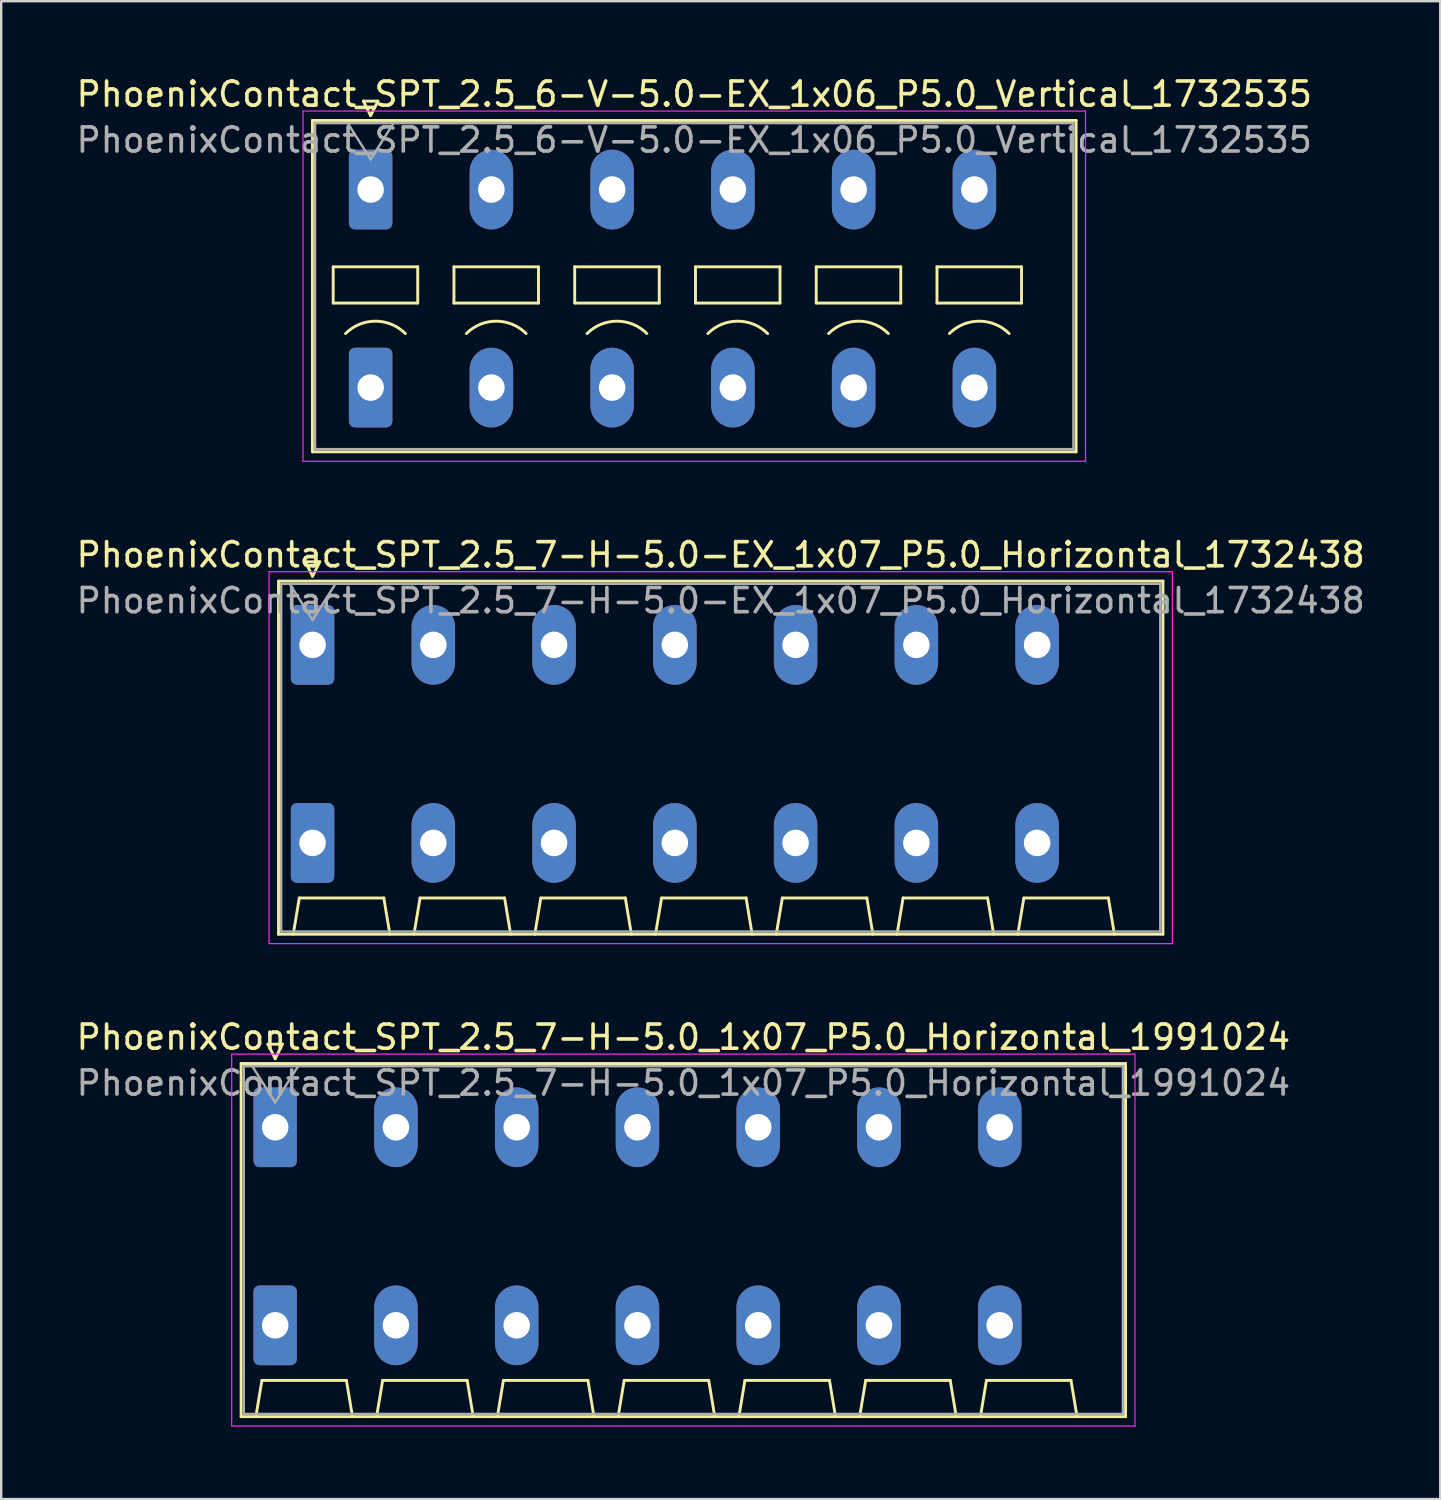
<source format=kicad_pcb>
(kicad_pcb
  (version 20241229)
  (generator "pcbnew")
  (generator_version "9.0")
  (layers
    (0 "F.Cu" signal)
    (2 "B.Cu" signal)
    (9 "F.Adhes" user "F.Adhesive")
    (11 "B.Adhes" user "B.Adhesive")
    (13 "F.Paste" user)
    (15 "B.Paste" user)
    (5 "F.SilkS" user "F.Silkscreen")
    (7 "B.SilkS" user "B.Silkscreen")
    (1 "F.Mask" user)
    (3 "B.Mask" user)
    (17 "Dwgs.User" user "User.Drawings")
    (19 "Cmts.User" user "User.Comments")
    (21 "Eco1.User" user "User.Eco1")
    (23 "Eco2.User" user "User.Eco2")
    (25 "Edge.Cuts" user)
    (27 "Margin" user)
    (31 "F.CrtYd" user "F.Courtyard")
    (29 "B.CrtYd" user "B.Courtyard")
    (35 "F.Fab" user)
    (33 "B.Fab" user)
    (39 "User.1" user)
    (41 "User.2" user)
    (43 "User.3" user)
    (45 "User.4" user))
  (footprint "PhoenixContact_SPT_2.5_7-H-5.0-EX_1x07_P5.0_Horizontal_1732438"
    (layer "F.Cu")
    (at 9.892 23.651)
    (property "Reference" "PhoenixContact_SPT_2.5_7-H-5.0-EX_1x07_P5.0_Horizontal_1732438" (at 16.9 -3.73 0) (layer "F.SilkS") (effects (font (size 1 1) (thickness 0.15))))
    (attr through_hole)
    (fp_line (start -1.41 -2.64) (end 35.21 -2.64) (stroke (width 0.12) (type solid)) (layer "F.SilkS"))
    (fp_line (start -1.41 11.98) (end -1.41 -2.64) (stroke (width 0.12) (type solid)) (layer "F.SilkS"))
    (fp_line (start -0.8 11.98) (end -0.55 10.48) (stroke (width 0.12) (type solid)) (layer "F.SilkS"))
    (fp_line (start -0.55 10.48) (end 2.95 10.48) (stroke (width 0.12) (type solid)) (layer "F.SilkS"))
    (fp_line (start -0.3 -3.44) (end 0 -2.84) (stroke (width 0.12) (type solid)) (layer "F.SilkS"))
    (fp_line (start -0.3 -3.44) (end 0.3 -3.44) (stroke (width 0.12) (type solid)) (layer "F.SilkS"))
    (fp_line (start 0.3 -3.44) (end 0 -2.84) (stroke (width 0.12) (type solid)) (layer "F.SilkS"))
    (fp_line (start 3.2 11.98) (end 2.95 10.48) (stroke (width 0.12) (type solid)) (layer "F.SilkS"))
    (fp_line (start 4.2 11.98) (end 4.45 10.48) (stroke (width 0.12) (type solid)) (layer "F.SilkS"))
    (fp_line (start 4.45 10.48) (end 7.95 10.48) (stroke (width 0.12) (type solid)) (layer "F.SilkS"))
    (fp_line (start 8.2 11.98) (end 7.95 10.48) (stroke (width 0.12) (type solid)) (layer "F.SilkS"))
    (fp_line (start 9.2 11.98) (end 9.45 10.48) (stroke (width 0.12) (type solid)) (layer "F.SilkS"))
    (fp_line (start 9.45 10.48) (end 12.95 10.48) (stroke (width 0.12) (type solid)) (layer "F.SilkS"))
    (fp_line (start 13.2 11.98) (end 12.95 10.48) (stroke (width 0.12) (type solid)) (layer "F.SilkS"))
    (fp_line (start 14.2 11.98) (end 14.45 10.48) (stroke (width 0.12) (type solid)) (layer "F.SilkS"))
    (fp_line (start 14.45 10.48) (end 17.95 10.48) (stroke (width 0.12) (type solid)) (layer "F.SilkS"))
    (fp_line (start 18.2 11.98) (end 17.95 10.48) (stroke (width 0.12) (type solid)) (layer "F.SilkS"))
    (fp_line (start 19.2 11.98) (end 19.45 10.48) (stroke (width 0.12) (type solid)) (layer "F.SilkS"))
    (fp_line (start 19.45 10.48) (end 22.95 10.48) (stroke (width 0.12) (type solid)) (layer "F.SilkS"))
    (fp_line (start 23.2 11.98) (end 22.95 10.48) (stroke (width 0.12) (type solid)) (layer "F.SilkS"))
    (fp_line (start 24.2 11.98) (end 24.45 10.48) (stroke (width 0.12) (type solid)) (layer "F.SilkS"))
    (fp_line (start 24.45 10.48) (end 27.95 10.48) (stroke (width 0.12) (type solid)) (layer "F.SilkS"))
    (fp_line (start 28.2 11.98) (end 27.95 10.48) (stroke (width 0.12) (type solid)) (layer "F.SilkS"))
    (fp_line (start 29.2 11.98) (end 29.45 10.48) (stroke (width 0.12) (type solid)) (layer "F.SilkS"))
    (fp_line (start 29.45 10.48) (end 32.95 10.48) (stroke (width 0.12) (type solid)) (layer "F.SilkS"))
    (fp_line (start 33.2 11.98) (end 32.95 10.48) (stroke (width 0.12) (type solid)) (layer "F.SilkS"))
    (fp_line (start 35.21 -2.64) (end 35.21 11.98) (stroke (width 0.12) (type solid)) (layer "F.SilkS"))
    (fp_line (start 35.21 11.98) (end -1.41 11.98) (stroke (width 0.12) (type solid)) (layer "F.SilkS"))
    (fp_line (start -1.8 -3.03) (end -1.8 12.37) (stroke (width 0.05) (type solid)) (layer "F.CrtYd"))
    (fp_line (start -1.8 12.37) (end 35.6 12.37) (stroke (width 0.05) (type solid)) (layer "F.CrtYd"))
    (fp_line (start 35.6 -3.03) (end -1.8 -3.03) (stroke (width 0.05) (type solid)) (layer "F.CrtYd"))
    (fp_line (start 35.6 12.37) (end 35.6 -3.03) (stroke (width 0.05) (type solid)) (layer "F.CrtYd"))
    (fp_line (start -1.3 -2.53) (end -1.3 11.87) (stroke (width 0.1) (type solid)) (layer "F.Fab"))
    (fp_line (start -1.3 11.87) (end 35.1 11.87) (stroke (width 0.1) (type solid)) (layer "F.Fab"))
    (fp_line (start -0.95 -2.53) (end 0 -1.03) (stroke (width 0.1) (type solid)) (layer "F.Fab"))
    (fp_line (start 0.95 -2.53) (end 0 -1.03) (stroke (width 0.1) (type solid)) (layer "F.Fab"))
    (fp_line (start 35.1 -2.53) (end -1.3 -2.53) (stroke (width 0.1) (type solid)) (layer "F.Fab"))
    (fp_line (start 35.1 11.87) (end 35.1 -2.53) (stroke (width 0.1) (type solid)) (layer "F.Fab"))
    (fp_text user "${REFERENCE}" (at 16.9 -1.83 0) (layer "F.Fab") (effects (font (size 1 1) (thickness 0.15))))
    (pad "1" thru_hole roundrect (at 0 0) (size 1.8 3.3) (drill 1.1) (layers "*.Cu" "*.Mask") (roundrect_rratio 0.139))
    (pad "1" thru_hole roundrect (at 0 8.2) (size 1.8 3.3) (drill 1.1) (layers "*.Cu" "*.Mask") (roundrect_rratio 0.139))
    (pad "2" thru_hole oval (at 5 0) (size 1.8 3.3) (drill 1.1) (layers "*.Cu" "*.Mask"))
    (pad "2" thru_hole oval (at 5 8.2) (size 1.8 3.3) (drill 1.1) (layers "*.Cu" "*.Mask"))
    (pad "3" thru_hole oval (at 10 0) (size 1.8 3.3) (drill 1.1) (layers "*.Cu" "*.Mask"))
    (pad "3" thru_hole oval (at 10 8.2) (size 1.8 3.3) (drill 1.1) (layers "*.Cu" "*.Mask"))
    (pad "4" thru_hole oval (at 15 0) (size 1.8 3.3) (drill 1.1) (layers "*.Cu" "*.Mask"))
    (pad "4" thru_hole oval (at 15 8.2) (size 1.8 3.3) (drill 1.1) (layers "*.Cu" "*.Mask"))
    (pad "5" thru_hole oval (at 20 0) (size 1.8 3.3) (drill 1.1) (layers "*.Cu" "*.Mask"))
    (pad "5" thru_hole oval (at 20 8.2) (size 1.8 3.3) (drill 1.1) (layers "*.Cu" "*.Mask"))
    (pad "6" thru_hole oval (at 25 0) (size 1.8 3.3) (drill 1.1) (layers "*.Cu" "*.Mask"))
    (pad "6" thru_hole oval (at 25 8.2) (size 1.8 3.3) (drill 1.1) (layers "*.Cu" "*.Mask"))
    (pad "7" thru_hole oval (at 30 0) (size 1.8 3.3) (drill 1.1) (layers "*.Cu" "*.Mask"))
    (pad "7" thru_hole oval (at 30 8.2) (size 1.8 3.3) (drill 1.1) (layers "*.Cu" "*.Mask")))
  (footprint "PhoenixContact_SPT_2.5_6-V-5.0-EX_1x06_P5.0_Vertical_1732535"
    (layer "F.Cu")
    (at 12.296 4.798)
    (property "Reference" "PhoenixContact_SPT_2.5_6-V-5.0-EX_1x06_P5.0_Vertical_1732535" (at 13.4 -3.95 0) (layer "F.SilkS") (effects (font (size 1 1) (thickness 0.15))))
    (attr through_hole)
    (fp_line (start -2.41 -2.86) (end 29.21 -2.86) (stroke (width 0.12) (type solid)) (layer "F.SilkS"))
    (fp_line (start -2.41 10.86) (end -2.41 -2.86) (stroke (width 0.12) (type solid)) (layer "F.SilkS"))
    (fp_line (start -1.55 3.2) (end -1.55 4.7) (stroke (width 0.12) (type solid)) (layer "F.SilkS"))
    (fp_line (start -1.55 4.7) (end 1.95 4.7) (stroke (width 0.12) (type solid)) (layer "F.SilkS"))
    (fp_line (start -0.3 -3.66) (end 0 -3.06) (stroke (width 0.12) (type solid)) (layer "F.SilkS"))
    (fp_line (start -0.3 -3.66) (end 0.3 -3.66) (stroke (width 0.12) (type solid)) (layer "F.SilkS"))
    (fp_line (start 0.3 -3.66) (end 0 -3.06) (stroke (width 0.12) (type solid)) (layer "F.SilkS"))
    (fp_line (start 1.95 3.2) (end -1.55 3.2) (stroke (width 0.12) (type solid)) (layer "F.SilkS"))
    (fp_line (start 1.95 4.7) (end 1.95 3.2) (stroke (width 0.12) (type solid)) (layer "F.SilkS"))
    (fp_line (start 3.45 3.2) (end 3.45 4.7) (stroke (width 0.12) (type solid)) (layer "F.SilkS"))
    (fp_line (start 3.45 4.7) (end 6.95 4.7) (stroke (width 0.12) (type solid)) (layer "F.SilkS"))
    (fp_line (start 6.95 3.2) (end 3.45 3.2) (stroke (width 0.12) (type solid)) (layer "F.SilkS"))
    (fp_line (start 6.95 4.7) (end 6.95 3.2) (stroke (width 0.12) (type solid)) (layer "F.SilkS"))
    (fp_line (start 8.45 3.2) (end 8.45 4.7) (stroke (width 0.12) (type solid)) (layer "F.SilkS"))
    (fp_line (start 8.45 4.7) (end 11.95 4.7) (stroke (width 0.12) (type solid)) (layer "F.SilkS"))
    (fp_line (start 11.95 3.2) (end 8.45 3.2) (stroke (width 0.12) (type solid)) (layer "F.SilkS"))
    (fp_line (start 11.95 4.7) (end 11.95 3.2) (stroke (width 0.12) (type solid)) (layer "F.SilkS"))
    (fp_line (start 13.45 3.2) (end 13.45 4.7) (stroke (width 0.12) (type solid)) (layer "F.SilkS"))
    (fp_line (start 13.45 4.7) (end 16.95 4.7) (stroke (width 0.12) (type solid)) (layer "F.SilkS"))
    (fp_line (start 16.95 3.2) (end 13.45 3.2) (stroke (width 0.12) (type solid)) (layer "F.SilkS"))
    (fp_line (start 16.95 4.7) (end 16.95 3.2) (stroke (width 0.12) (type solid)) (layer "F.SilkS"))
    (fp_line (start 18.45 3.2) (end 18.45 4.7) (stroke (width 0.12) (type solid)) (layer "F.SilkS"))
    (fp_line (start 18.45 4.7) (end 21.95 4.7) (stroke (width 0.12) (type solid)) (layer "F.SilkS"))
    (fp_line (start 21.95 3.2) (end 18.45 3.2) (stroke (width 0.12) (type solid)) (layer "F.SilkS"))
    (fp_line (start 21.95 4.7) (end 21.95 3.2) (stroke (width 0.12) (type solid)) (layer "F.SilkS"))
    (fp_line (start 23.45 3.2) (end 23.45 4.7) (stroke (width 0.12) (type solid)) (layer "F.SilkS"))
    (fp_line (start 23.45 4.7) (end 26.95 4.7) (stroke (width 0.12) (type solid)) (layer "F.SilkS"))
    (fp_line (start 26.95 3.2) (end 23.45 3.2) (stroke (width 0.12) (type solid)) (layer "F.SilkS"))
    (fp_line (start 26.95 4.7) (end 26.95 3.2) (stroke (width 0.12) (type solid)) (layer "F.SilkS"))
    (fp_line (start 29.21 -2.86) (end 29.21 10.86) (stroke (width 0.12) (type solid)) (layer "F.SilkS"))
    (fp_line (start 29.21 10.86) (end -2.41 10.86) (stroke (width 0.12) (type solid)) (layer "F.SilkS"))
    (fp_arc (start -1.037437 5.962563) (mid 0.2 5.45) (end 1.437437 5.962563) (stroke (width 0.12) (type solid)) (layer "F.SilkS"))
    (fp_arc (start 3.962563 5.962563) (mid 5.2 5.45) (end 6.437437 5.962563) (stroke (width 0.12) (type solid)) (layer "F.SilkS"))
    (fp_arc (start 8.962563 5.962563) (mid 10.2 5.45) (end 11.437437 5.962563) (stroke (width 0.12) (type solid)) (layer "F.SilkS"))
    (fp_arc (start 13.962563 5.962563) (mid 15.2 5.45) (end 16.437437 5.962563) (stroke (width 0.12) (type solid)) (layer "F.SilkS"))
    (fp_arc (start 18.962563 5.962563) (mid 20.2 5.45) (end 21.437437 5.962563) (stroke (width 0.12) (type solid)) (layer "F.SilkS"))
    (fp_arc (start 23.962563 5.962563) (mid 25.2 5.45) (end 26.437437 5.962563) (stroke (width 0.12) (type solid)) (layer "F.SilkS"))
    (fp_line (start -2.8 -3.25) (end -2.8 11.25) (stroke (width 0.05) (type solid)) (layer "F.CrtYd"))
    (fp_line (start -2.8 11.25) (end 29.6 11.25) (stroke (width 0.05) (type solid)) (layer "F.CrtYd"))
    (fp_line (start 29.6 -3.25) (end -2.8 -3.25) (stroke (width 0.05) (type solid)) (layer "F.CrtYd"))
    (fp_line (start 29.6 11.25) (end 29.6 -3.25) (stroke (width 0.05) (type solid)) (layer "F.CrtYd"))
    (fp_line (start -2.3 -2.75) (end -2.3 10.75) (stroke (width 0.1) (type solid)) (layer "F.Fab"))
    (fp_line (start -2.3 10.75) (end 29.1 10.75) (stroke (width 0.1) (type solid)) (layer "F.Fab"))
    (fp_line (start -0.95 -2.75) (end 0 -1.25) (stroke (width 0.1) (type solid)) (layer "F.Fab"))
    (fp_line (start 0.95 -2.75) (end 0 -1.25) (stroke (width 0.1) (type solid)) (layer "F.Fab"))
    (fp_line (start 29.1 -2.75) (end -2.3 -2.75) (stroke (width 0.1) (type solid)) (layer "F.Fab"))
    (fp_line (start 29.1 10.75) (end 29.1 -2.75) (stroke (width 0.1) (type solid)) (layer "F.Fab"))
    (fp_text user "${REFERENCE}" (at 13.4 -2.05 0) (layer "F.Fab") (effects (font (size 1 1) (thickness 0.15))))
    (pad "1" thru_hole roundrect (at 0 0) (size 1.8 3.3) (drill 1.1) (layers "*.Cu" "*.Mask") (roundrect_rratio 0.139))
    (pad "1" thru_hole roundrect (at 0 8.2) (size 1.8 3.3) (drill 1.1) (layers "*.Cu" "*.Mask") (roundrect_rratio 0.139))
    (pad "2" thru_hole oval (at 5 0) (size 1.8 3.3) (drill 1.1) (layers "*.Cu" "*.Mask"))
    (pad "2" thru_hole oval (at 5 8.2) (size 1.8 3.3) (drill 1.1) (layers "*.Cu" "*.Mask"))
    (pad "3" thru_hole oval (at 10 0) (size 1.8 3.3) (drill 1.1) (layers "*.Cu" "*.Mask"))
    (pad "3" thru_hole oval (at 10 8.2) (size 1.8 3.3) (drill 1.1) (layers "*.Cu" "*.Mask"))
    (pad "4" thru_hole oval (at 15 0) (size 1.8 3.3) (drill 1.1) (layers "*.Cu" "*.Mask"))
    (pad "4" thru_hole oval (at 15 8.2) (size 1.8 3.3) (drill 1.1) (layers "*.Cu" "*.Mask"))
    (pad "5" thru_hole oval (at 20 0) (size 1.8 3.3) (drill 1.1) (layers "*.Cu" "*.Mask"))
    (pad "5" thru_hole oval (at 20 8.2) (size 1.8 3.3) (drill 1.1) (layers "*.Cu" "*.Mask"))
    (pad "6" thru_hole oval (at 25 0) (size 1.8 3.3) (drill 1.1) (layers "*.Cu" "*.Mask"))
    (pad "6" thru_hole oval (at 25 8.2) (size 1.8 3.3) (drill 1.1) (layers "*.Cu" "*.Mask")))
  (footprint "PhoenixContact_SPT_2.5_7-H-5.0_1x07_P5.0_Horizontal_1991024"
    (layer "F.Cu")
    (at 8.344 43.625)
    (property "Reference" "PhoenixContact_SPT_2.5_7-H-5.0_1x07_P5.0_Horizontal_1991024" (at 16.9 -3.73 0) (layer "F.SilkS") (effects (font (size 1 1) (thickness 0.15))))
    (attr through_hole)
    (fp_line (start -1.41 -2.64) (end 35.21 -2.64) (stroke (width 0.12) (type solid)) (layer "F.SilkS"))
    (fp_line (start -1.41 11.98) (end -1.41 -2.64) (stroke (width 0.12) (type solid)) (layer "F.SilkS"))
    (fp_line (start -0.8 11.98) (end -0.55 10.48) (stroke (width 0.12) (type solid)) (layer "F.SilkS"))
    (fp_line (start -0.55 10.48) (end 2.95 10.48) (stroke (width 0.12) (type solid)) (layer "F.SilkS"))
    (fp_line (start -0.3 -3.44) (end 0 -2.84) (stroke (width 0.12) (type solid)) (layer "F.SilkS"))
    (fp_line (start -0.3 -3.44) (end 0.3 -3.44) (stroke (width 0.12) (type solid)) (layer "F.SilkS"))
    (fp_line (start 0.3 -3.44) (end 0 -2.84) (stroke (width 0.12) (type solid)) (layer "F.SilkS"))
    (fp_line (start 3.2 11.98) (end 2.95 10.48) (stroke (width 0.12) (type solid)) (layer "F.SilkS"))
    (fp_line (start 4.2 11.98) (end 4.45 10.48) (stroke (width 0.12) (type solid)) (layer "F.SilkS"))
    (fp_line (start 4.45 10.48) (end 7.95 10.48) (stroke (width 0.12) (type solid)) (layer "F.SilkS"))
    (fp_line (start 8.2 11.98) (end 7.95 10.48) (stroke (width 0.12) (type solid)) (layer "F.SilkS"))
    (fp_line (start 9.2 11.98) (end 9.45 10.48) (stroke (width 0.12) (type solid)) (layer "F.SilkS"))
    (fp_line (start 9.45 10.48) (end 12.95 10.48) (stroke (width 0.12) (type solid)) (layer "F.SilkS"))
    (fp_line (start 13.2 11.98) (end 12.95 10.48) (stroke (width 0.12) (type solid)) (layer "F.SilkS"))
    (fp_line (start 14.2 11.98) (end 14.45 10.48) (stroke (width 0.12) (type solid)) (layer "F.SilkS"))
    (fp_line (start 14.45 10.48) (end 17.95 10.48) (stroke (width 0.12) (type solid)) (layer "F.SilkS"))
    (fp_line (start 18.2 11.98) (end 17.95 10.48) (stroke (width 0.12) (type solid)) (layer "F.SilkS"))
    (fp_line (start 19.2 11.98) (end 19.45 10.48) (stroke (width 0.12) (type solid)) (layer "F.SilkS"))
    (fp_line (start 19.45 10.48) (end 22.95 10.48) (stroke (width 0.12) (type solid)) (layer "F.SilkS"))
    (fp_line (start 23.2 11.98) (end 22.95 10.48) (stroke (width 0.12) (type solid)) (layer "F.SilkS"))
    (fp_line (start 24.2 11.98) (end 24.45 10.48) (stroke (width 0.12) (type solid)) (layer "F.SilkS"))
    (fp_line (start 24.45 10.48) (end 27.95 10.48) (stroke (width 0.12) (type solid)) (layer "F.SilkS"))
    (fp_line (start 28.2 11.98) (end 27.95 10.48) (stroke (width 0.12) (type solid)) (layer "F.SilkS"))
    (fp_line (start 29.2 11.98) (end 29.45 10.48) (stroke (width 0.12) (type solid)) (layer "F.SilkS"))
    (fp_line (start 29.45 10.48) (end 32.95 10.48) (stroke (width 0.12) (type solid)) (layer "F.SilkS"))
    (fp_line (start 33.2 11.98) (end 32.95 10.48) (stroke (width 0.12) (type solid)) (layer "F.SilkS"))
    (fp_line (start 35.21 -2.64) (end 35.21 11.98) (stroke (width 0.12) (type solid)) (layer "F.SilkS"))
    (fp_line (start 35.21 11.98) (end -1.41 11.98) (stroke (width 0.12) (type solid)) (layer "F.SilkS"))
    (fp_line (start -1.8 -3.03) (end -1.8 12.37) (stroke (width 0.05) (type solid)) (layer "F.CrtYd"))
    (fp_line (start -1.8 12.37) (end 35.6 12.37) (stroke (width 0.05) (type solid)) (layer "F.CrtYd"))
    (fp_line (start 35.6 -3.03) (end -1.8 -3.03) (stroke (width 0.05) (type solid)) (layer "F.CrtYd"))
    (fp_line (start 35.6 12.37) (end 35.6 -3.03) (stroke (width 0.05) (type solid)) (layer "F.CrtYd"))
    (fp_line (start -1.3 -2.53) (end -1.3 11.87) (stroke (width 0.1) (type solid)) (layer "F.Fab"))
    (fp_line (start -1.3 11.87) (end 35.1 11.87) (stroke (width 0.1) (type solid)) (layer "F.Fab"))
    (fp_line (start -0.95 -2.53) (end 0 -1.03) (stroke (width 0.1) (type solid)) (layer "F.Fab"))
    (fp_line (start 0.95 -2.53) (end 0 -1.03) (stroke (width 0.1) (type solid)) (layer "F.Fab"))
    (fp_line (start 35.1 -2.53) (end -1.3 -2.53) (stroke (width 0.1) (type solid)) (layer "F.Fab"))
    (fp_line (start 35.1 11.87) (end 35.1 -2.53) (stroke (width 0.1) (type solid)) (layer "F.Fab"))
    (fp_text user "${REFERENCE}" (at 16.9 -1.83 0) (layer "F.Fab") (effects (font (size 1 1) (thickness 0.15))))
    (pad "1" thru_hole roundrect (at 0 0) (size 1.8 3.3) (drill 1.1) (layers "*.Cu" "*.Mask") (roundrect_rratio 0.139))
    (pad "1" thru_hole roundrect (at 0 8.2) (size 1.8 3.3) (drill 1.1) (layers "*.Cu" "*.Mask") (roundrect_rratio 0.139))
    (pad "2" thru_hole oval (at 5 0) (size 1.8 3.3) (drill 1.1) (layers "*.Cu" "*.Mask"))
    (pad "2" thru_hole oval (at 5 8.2) (size 1.8 3.3) (drill 1.1) (layers "*.Cu" "*.Mask"))
    (pad "3" thru_hole oval (at 10 0) (size 1.8 3.3) (drill 1.1) (layers "*.Cu" "*.Mask"))
    (pad "3" thru_hole oval (at 10 8.2) (size 1.8 3.3) (drill 1.1) (layers "*.Cu" "*.Mask"))
    (pad "4" thru_hole oval (at 15 0) (size 1.8 3.3) (drill 1.1) (layers "*.Cu" "*.Mask"))
    (pad "4" thru_hole oval (at 15 8.2) (size 1.8 3.3) (drill 1.1) (layers "*.Cu" "*.Mask"))
    (pad "5" thru_hole oval (at 20 0) (size 1.8 3.3) (drill 1.1) (layers "*.Cu" "*.Mask"))
    (pad "5" thru_hole oval (at 20 8.2) (size 1.8 3.3) (drill 1.1) (layers "*.Cu" "*.Mask"))
    (pad "6" thru_hole oval (at 25 0) (size 1.8 3.3) (drill 1.1) (layers "*.Cu" "*.Mask"))
    (pad "6" thru_hole oval (at 25 8.2) (size 1.8 3.3) (drill 1.1) (layers "*.Cu" "*.Mask"))
    (pad "7" thru_hole oval (at 30 0) (size 1.8 3.3) (drill 1.1) (layers "*.Cu" "*.Mask"))
    (pad "7" thru_hole oval (at 30 8.2) (size 1.8 3.3) (drill 1.1) (layers "*.Cu" "*.Mask")))
  (gr_rect
    (start -3 -3)
    (end 56.583 59.02)
    (stroke (width 0.1) (type default))
    (fill no)
    (layer "Edge.Cuts")))
</source>
